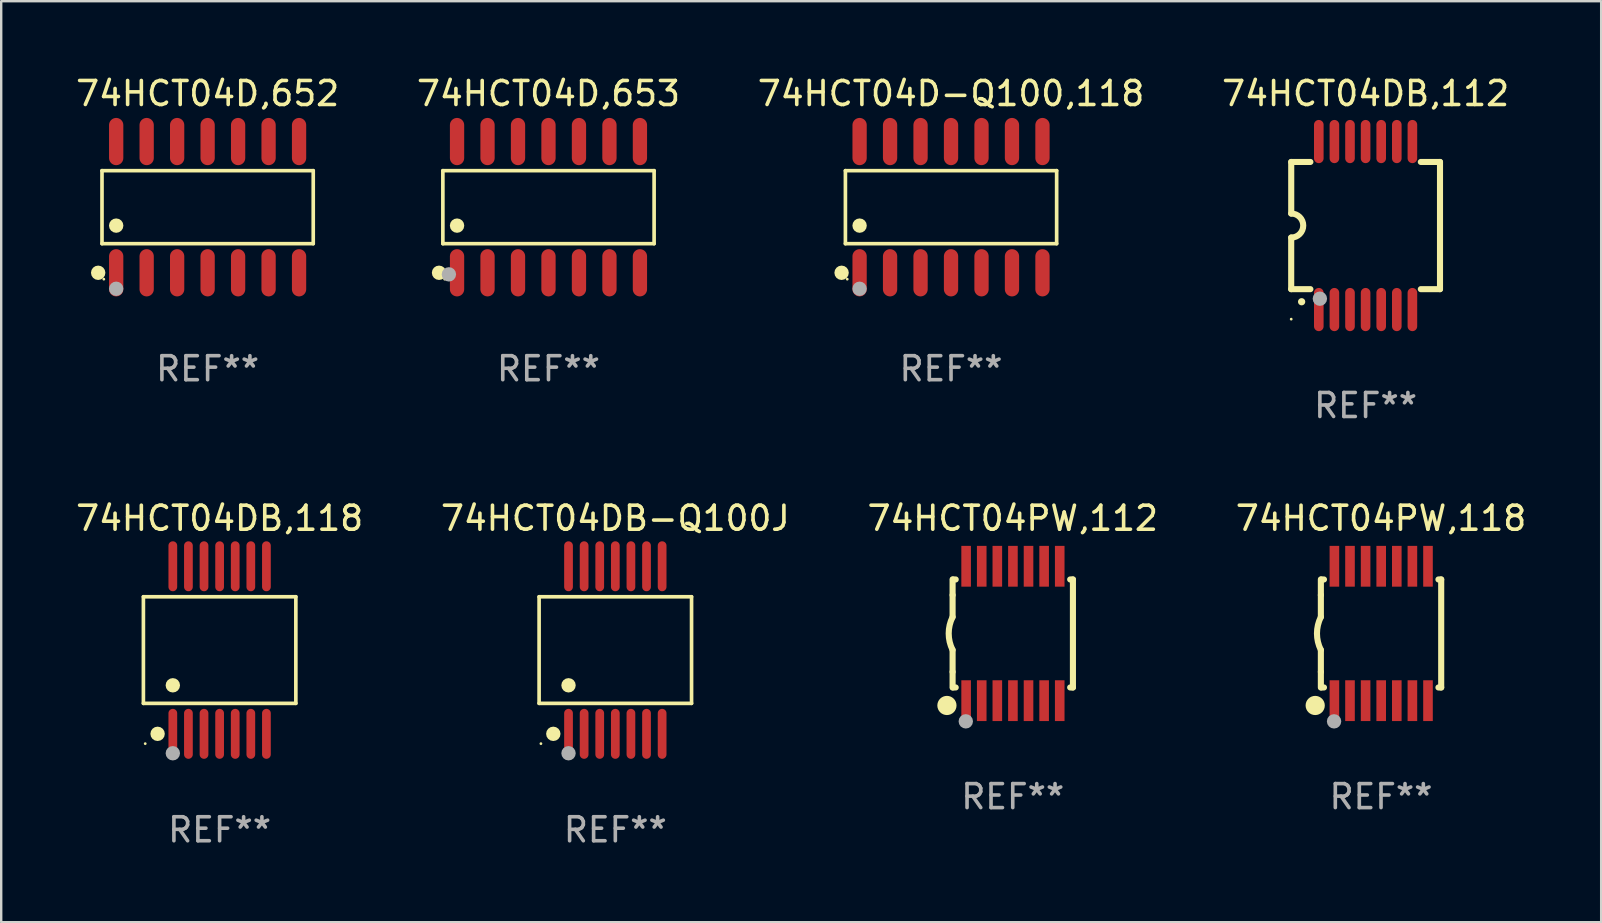
<source format=kicad_pcb>
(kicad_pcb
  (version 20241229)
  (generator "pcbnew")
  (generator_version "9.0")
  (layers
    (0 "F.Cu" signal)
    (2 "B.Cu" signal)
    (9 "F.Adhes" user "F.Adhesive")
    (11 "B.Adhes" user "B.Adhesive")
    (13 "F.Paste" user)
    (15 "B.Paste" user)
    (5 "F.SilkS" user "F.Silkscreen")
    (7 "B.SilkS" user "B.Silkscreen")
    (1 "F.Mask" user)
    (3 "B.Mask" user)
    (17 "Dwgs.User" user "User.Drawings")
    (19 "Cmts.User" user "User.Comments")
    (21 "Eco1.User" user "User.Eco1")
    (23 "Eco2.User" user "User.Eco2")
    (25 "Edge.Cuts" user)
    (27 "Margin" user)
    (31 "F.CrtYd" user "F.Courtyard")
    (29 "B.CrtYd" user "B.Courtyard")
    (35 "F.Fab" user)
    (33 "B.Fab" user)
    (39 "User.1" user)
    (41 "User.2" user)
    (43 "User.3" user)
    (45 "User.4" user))
  (footprint "74HCT04D,653"
    (layer "F.Cu")
    (at 19.804 5.582)
    (property "Reference" "74HCT04D,653" (at 0 -4.734 0) (layer "F.SilkS") (effects (font (size 1 1) (thickness 0.15))))
    (attr through_hole)
    (fp_line (start -4.401 -1.521) (end 4.401 -1.521) (stroke (width 0.152) (type solid)) (layer "F.SilkS"))
    (fp_line (start -4.401 1.521) (end -4.401 -1.521) (stroke (width 0.152) (type solid)) (layer "F.SilkS"))
    (fp_line (start 4.401 -1.521) (end 4.401 1.521) (stroke (width 0.152) (type solid)) (layer "F.SilkS"))
    (fp_line (start 4.401 1.521) (end -4.401 1.521) (stroke (width 0.152) (type solid)) (layer "F.SilkS"))
    (fp_circle (center -4.56 2.734) (end -4.41 2.734) (stroke (width 0.3) (type solid)) (fill no) (layer "F.SilkS"))
    (fp_circle (center -4.325 3) (end -4.295 3) (stroke (width 0.06) (type solid)) (fill no) (layer "F.SilkS"))
    (fp_circle (center -3.81 0.769) (end -3.66 0.769) (stroke (width 0.3) (type solid)) (fill no) (layer "F.SilkS"))
    (fp_circle (center -4.15 2.8) (end -4 2.8) (stroke (width 0.3) (type solid)) (fill no) (layer "F.Fab"))
    (fp_text user "REF**" (at 0 6.734 0) (layer "F.Fab") (effects (font (size 1 1) (thickness 0.15))))
    (pad "1" smd oval (at -3.81 2.734) (size 0.595 1.968) (layers "F.Cu" "F.Mask" "F.Paste"))
    (pad "2" smd oval (at -2.54 2.734) (size 0.595 1.968) (layers "F.Cu" "F.Mask" "F.Paste"))
    (pad "3" smd oval (at -1.27 2.734) (size 0.595 1.968) (layers "F.Cu" "F.Mask" "F.Paste"))
    (pad "4" smd oval (at 0 2.734) (size 0.595 1.968) (layers "F.Cu" "F.Mask" "F.Paste"))
    (pad "5" smd oval (at 1.27 2.734) (size 0.595 1.968) (layers "F.Cu" "F.Mask" "F.Paste"))
    (pad "6" smd oval (at 2.54 2.734) (size 0.595 1.968) (layers "F.Cu" "F.Mask" "F.Paste"))
    (pad "7" smd oval (at 3.81 2.734) (size 0.595 1.968) (layers "F.Cu" "F.Mask" "F.Paste"))
    (pad "8" smd oval (at 3.81 -2.734) (size 0.595 1.968) (layers "F.Cu" "F.Mask" "F.Paste"))
    (pad "9" smd oval (at 2.54 -2.734) (size 0.595 1.968) (layers "F.Cu" "F.Mask" "F.Paste"))
    (pad "10" smd oval (at 1.27 -2.734) (size 0.595 1.968) (layers "F.Cu" "F.Mask" "F.Paste"))
    (pad "11" smd oval (at 0 -2.734) (size 0.595 1.968) (layers "F.Cu" "F.Mask" "F.Paste"))
    (pad "12" smd oval (at -1.27 -2.734) (size 0.595 1.968) (layers "F.Cu" "F.Mask" "F.Paste"))
    (pad "13" smd oval (at -2.54 -2.734) (size 0.595 1.968) (layers "F.Cu" "F.Mask" "F.Paste"))
    (pad "14" smd oval (at -3.81 -2.734) (size 0.595 1.968) (layers "F.Cu" "F.Mask" "F.Paste")))
  (footprint "74HCT04DB-Q100J"
    (layer "F.Cu")
    (at 22.589 24.036)
    (property "Reference" "74HCT04DB-Q100J" (at 0 -5.491 0) (layer "F.SilkS") (effects (font (size 1 1) (thickness 0.15))))
    (attr through_hole)
    (fp_line (start -3.176 -2.221) (end 3.176 -2.221) (stroke (width 0.152) (type solid)) (layer "F.SilkS"))
    (fp_line (start -3.176 2.221) (end -3.176 -2.221) (stroke (width 0.152) (type solid)) (layer "F.SilkS"))
    (fp_line (start 3.176 -2.221) (end 3.176 2.221) (stroke (width 0.152) (type solid)) (layer "F.SilkS"))
    (fp_line (start 3.176 2.221) (end -3.176 2.221) (stroke (width 0.152) (type solid)) (layer "F.SilkS"))
    (fp_circle (center -3.1 3.9) (end -3.07 3.9) (stroke (width 0.06) (type solid)) (fill no) (layer "F.SilkS"))
    (fp_circle (center -2.584 3.491) (end -2.434 3.491) (stroke (width 0.3) (type solid)) (fill no) (layer "F.SilkS"))
    (fp_circle (center -1.95 1.469) (end -1.8 1.469) (stroke (width 0.3) (type solid)) (fill no) (layer "F.SilkS"))
    (fp_circle (center -1.95 4.3) (end -1.8 4.3) (stroke (width 0.3) (type solid)) (fill no) (layer "F.Fab"))
    (fp_text user "REF**" (at 0 7.491 0) (layer "F.Fab") (effects (font (size 1 1) (thickness 0.15))))
    (pad "1" smd oval (at -1.95 3.491) (size 0.364 2.082) (layers "F.Cu" "F.Mask" "F.Paste"))
    (pad "2" smd oval (at -1.3 3.491) (size 0.364 2.082) (layers "F.Cu" "F.Mask" "F.Paste"))
    (pad "3" smd oval (at -0.65 3.491) (size 0.364 2.082) (layers "F.Cu" "F.Mask" "F.Paste"))
    (pad "4" smd oval (at 0 3.491) (size 0.364 2.082) (layers "F.Cu" "F.Mask" "F.Paste"))
    (pad "5" smd oval (at 0.65 3.491) (size 0.364 2.082) (layers "F.Cu" "F.Mask" "F.Paste"))
    (pad "6" smd oval (at 1.3 3.491) (size 0.364 2.082) (layers "F.Cu" "F.Mask" "F.Paste"))
    (pad "7" smd oval (at 1.95 3.491) (size 0.364 2.082) (layers "F.Cu" "F.Mask" "F.Paste"))
    (pad "8" smd oval (at 1.95 -3.491) (size 0.364 2.082) (layers "F.Cu" "F.Mask" "F.Paste"))
    (pad "9" smd oval (at 1.3 -3.491) (size 0.364 2.082) (layers "F.Cu" "F.Mask" "F.Paste"))
    (pad "10" smd oval (at 0.65 -3.491) (size 0.364 2.082) (layers "F.Cu" "F.Mask" "F.Paste"))
    (pad "11" smd oval (at 0 -3.491) (size 0.364 2.082) (layers "F.Cu" "F.Mask" "F.Paste"))
    (pad "12" smd oval (at -0.65 -3.491) (size 0.364 2.082) (layers "F.Cu" "F.Mask" "F.Paste"))
    (pad "13" smd oval (at -1.3 -3.491) (size 0.364 2.082) (layers "F.Cu" "F.Mask" "F.Paste"))
    (pad "14" smd oval (at -1.95 -3.491) (size 0.364 2.082) (layers "F.Cu" "F.Mask" "F.Paste")))
  (footprint "74HCT04D,652"
    (layer "F.Cu")
    (at 5.601 5.582)
    (property "Reference" "74HCT04D,652" (at 0 -4.734 0) (layer "F.SilkS") (effects (font (size 1 1) (thickness 0.15))))
    (attr through_hole)
    (fp_line (start -4.401 -1.521) (end 4.401 -1.521) (stroke (width 0.152) (type solid)) (layer "F.SilkS"))
    (fp_line (start -4.401 1.521) (end -4.401 -1.521) (stroke (width 0.152) (type solid)) (layer "F.SilkS"))
    (fp_line (start 4.401 -1.521) (end 4.401 1.521) (stroke (width 0.152) (type solid)) (layer "F.SilkS"))
    (fp_line (start 4.401 1.521) (end -4.401 1.521) (stroke (width 0.152) (type solid)) (layer "F.SilkS"))
    (fp_circle (center -4.56 2.734) (end -4.41 2.734) (stroke (width 0.3) (type solid)) (fill no) (layer "F.SilkS"))
    (fp_circle (center -4.325 3) (end -4.295 3) (stroke (width 0.06) (type solid)) (fill no) (layer "F.SilkS"))
    (fp_circle (center -3.81 0.769) (end -3.66 0.769) (stroke (width 0.3) (type solid)) (fill no) (layer "F.SilkS"))
    (fp_circle (center -3.81 3.4) (end -3.66 3.4) (stroke (width 0.3) (type solid)) (fill no) (layer "F.Fab"))
    (fp_text user "REF**" (at 0 6.734 0) (layer "F.Fab") (effects (font (size 1 1) (thickness 0.15))))
    (pad "1" smd oval (at -3.81 2.734) (size 0.595 1.968) (layers "F.Cu" "F.Mask" "F.Paste"))
    (pad "2" smd oval (at -2.54 2.734) (size 0.595 1.968) (layers "F.Cu" "F.Mask" "F.Paste"))
    (pad "3" smd oval (at -1.27 2.734) (size 0.595 1.968) (layers "F.Cu" "F.Mask" "F.Paste"))
    (pad "4" smd oval (at 0 2.734) (size 0.595 1.968) (layers "F.Cu" "F.Mask" "F.Paste"))
    (pad "5" smd oval (at 1.27 2.734) (size 0.595 1.968) (layers "F.Cu" "F.Mask" "F.Paste"))
    (pad "6" smd oval (at 2.54 2.734) (size 0.595 1.968) (layers "F.Cu" "F.Mask" "F.Paste"))
    (pad "7" smd oval (at 3.81 2.734) (size 0.595 1.968) (layers "F.Cu" "F.Mask" "F.Paste"))
    (pad "8" smd oval (at 3.81 -2.734) (size 0.595 1.968) (layers "F.Cu" "F.Mask" "F.Paste"))
    (pad "9" smd oval (at 2.54 -2.734) (size 0.595 1.968) (layers "F.Cu" "F.Mask" "F.Paste"))
    (pad "10" smd oval (at 1.27 -2.734) (size 0.595 1.968) (layers "F.Cu" "F.Mask" "F.Paste"))
    (pad "11" smd oval (at 0 -2.734) (size 0.595 1.968) (layers "F.Cu" "F.Mask" "F.Paste"))
    (pad "12" smd oval (at -1.27 -2.734) (size 0.595 1.968) (layers "F.Cu" "F.Mask" "F.Paste"))
    (pad "13" smd oval (at -2.54 -2.734) (size 0.595 1.968) (layers "F.Cu" "F.Mask" "F.Paste"))
    (pad "14" smd oval (at -3.81 -2.734) (size 0.595 1.968) (layers "F.Cu" "F.Mask" "F.Paste")))
  (footprint "74HCT04DB,118"
    (layer "F.Cu")
    (at 6.101 24.036)
    (property "Reference" "74HCT04DB,118" (at 0 -5.491 0) (layer "F.SilkS") (effects (font (size 1 1) (thickness 0.15))))
    (attr through_hole)
    (fp_line (start -3.176 -2.221) (end 3.176 -2.221) (stroke (width 0.152) (type solid)) (layer "F.SilkS"))
    (fp_line (start -3.176 2.221) (end -3.176 -2.221) (stroke (width 0.152) (type solid)) (layer "F.SilkS"))
    (fp_line (start 3.176 -2.221) (end 3.176 2.221) (stroke (width 0.152) (type solid)) (layer "F.SilkS"))
    (fp_line (start 3.176 2.221) (end -3.176 2.221) (stroke (width 0.152) (type solid)) (layer "F.SilkS"))
    (fp_circle (center -3.1 3.9) (end -3.07 3.9) (stroke (width 0.06) (type solid)) (fill no) (layer "F.SilkS"))
    (fp_circle (center -2.584 3.491) (end -2.434 3.491) (stroke (width 0.3) (type solid)) (fill no) (layer "F.SilkS"))
    (fp_circle (center -1.95 1.469) (end -1.8 1.469) (stroke (width 0.3) (type solid)) (fill no) (layer "F.SilkS"))
    (fp_circle (center -1.95 4.3) (end -1.8 4.3) (stroke (width 0.3) (type solid)) (fill no) (layer "F.Fab"))
    (fp_text user "REF**" (at 0 7.491 0) (layer "F.Fab") (effects (font (size 1 1) (thickness 0.15))))
    (pad "1" smd oval (at -1.95 3.491) (size 0.364 2.082) (layers "F.Cu" "F.Mask" "F.Paste"))
    (pad "2" smd oval (at -1.3 3.491) (size 0.364 2.082) (layers "F.Cu" "F.Mask" "F.Paste"))
    (pad "3" smd oval (at -0.65 3.491) (size 0.364 2.082) (layers "F.Cu" "F.Mask" "F.Paste"))
    (pad "4" smd oval (at 0 3.491) (size 0.364 2.082) (layers "F.Cu" "F.Mask" "F.Paste"))
    (pad "5" smd oval (at 0.65 3.491) (size 0.364 2.082) (layers "F.Cu" "F.Mask" "F.Paste"))
    (pad "6" smd oval (at 1.3 3.491) (size 0.364 2.082) (layers "F.Cu" "F.Mask" "F.Paste"))
    (pad "7" smd oval (at 1.95 3.491) (size 0.364 2.082) (layers "F.Cu" "F.Mask" "F.Paste"))
    (pad "8" smd oval (at 1.95 -3.491) (size 0.364 2.082) (layers "F.Cu" "F.Mask" "F.Paste"))
    (pad "9" smd oval (at 1.3 -3.491) (size 0.364 2.082) (layers "F.Cu" "F.Mask" "F.Paste"))
    (pad "10" smd oval (at 0.65 -3.491) (size 0.364 2.082) (layers "F.Cu" "F.Mask" "F.Paste"))
    (pad "11" smd oval (at 0 -3.491) (size 0.364 2.082) (layers "F.Cu" "F.Mask" "F.Paste"))
    (pad "12" smd oval (at -0.65 -3.491) (size 0.364 2.082) (layers "F.Cu" "F.Mask" "F.Paste"))
    (pad "13" smd oval (at -1.3 -3.491) (size 0.364 2.082) (layers "F.Cu" "F.Mask" "F.Paste"))
    (pad "14" smd oval (at -1.95 -3.491) (size 0.364 2.082) (layers "F.Cu" "F.Mask" "F.Paste")))
  (footprint "74HCT04PW,118"
    (layer "F.Cu")
    (at 54.494 23.345)
    (property "Reference" "74HCT04PW,118" (at 0 -4.8 0) (layer "F.SilkS") (effects (font (size 1 1) (thickness 0.15))))
    (attr through_hole)
    (fp_line (start -2.507 -1.6) (end -2.507 -2.25) (stroke (width 0.254) (type solid)) (layer "F.SilkS"))
    (fp_line (start -2.507 -0.686) (end -2.507 -1.6) (stroke (width 0.254) (type solid)) (layer "F.SilkS"))
    (fp_line (start -2.507 1.6) (end -2.507 0.686) (stroke (width 0.254) (type solid)) (layer "F.SilkS"))
    (fp_line (start -2.507 1.6) (end -2.507 2.25) (stroke (width 0.254) (type solid)) (layer "F.SilkS"))
    (fp_line (start -2.493 -2.25) (end -2.377 -2.25) (stroke (width 0.254) (type solid)) (layer "F.SilkS"))
    (fp_line (start -2.377 2.25) (end -2.493 2.25) (stroke (width 0.254) (type solid)) (layer "F.SilkS"))
    (fp_line (start 2.392 -2.25) (end 2.507 -2.25) (stroke (width 0.254) (type solid)) (layer "F.SilkS"))
    (fp_line (start 2.507 -2.25) (end 2.507 2.25) (stroke (width 0.254) (type solid)) (layer "F.SilkS"))
    (fp_line (start 2.507 2.25) (end 2.392 2.25) (stroke (width 0.254) (type solid)) (layer "F.SilkS"))
    (fp_arc (start -2.507303 0.685802) (mid -2.669199 0) (end -2.507303 -0.685801) (stroke (width 0.254001) (type solid)) (layer "F.SilkS"))
    (fp_circle (center -2.743 3) (end -2.543 3) (stroke (width 0.4) (type solid)) (fill no) (layer "F.SilkS"))
    (fp_circle (center -2.493 3.2) (end -2.463 3.2) (stroke (width 0.06) (type solid)) (fill no) (layer "F.SilkS"))
    (fp_circle (center -1.957 3.662) (end -1.807 3.662) (stroke (width 0.3) (type solid)) (fill no) (layer "F.Fab"))
    (fp_text user "REF**" (at 0 6.8 0) (layer "F.Fab") (effects (font (size 1 1) (thickness 0.15))))
    (pad "1" smd rect (at -1.943 2.8) (size 0.4 1.7) (layers "F.Cu" "F.Mask" "F.Paste"))
    (pad "2" smd rect (at -1.293 2.8) (size 0.4 1.7) (layers "F.Cu" "F.Mask" "F.Paste"))
    (pad "3" smd rect (at -0.643 2.8) (size 0.4 1.7) (layers "F.Cu" "F.Mask" "F.Paste"))
    (pad "4" smd rect (at 0.007 2.8) (size 0.4 1.7) (layers "F.Cu" "F.Mask" "F.Paste"))
    (pad "5" smd rect (at 0.657 2.8) (size 0.4 1.7) (layers "F.Cu" "F.Mask" "F.Paste"))
    (pad "6" smd rect (at 1.307 2.8) (size 0.4 1.7) (layers "F.Cu" "F.Mask" "F.Paste"))
    (pad "7" smd rect (at 1.957 2.8) (size 0.4 1.7) (layers "F.Cu" "F.Mask" "F.Paste"))
    (pad "8" smd rect (at 1.957 -2.8) (size 0.4 1.7) (layers "F.Cu" "F.Mask" "F.Paste"))
    (pad "9" smd rect (at 1.307 -2.8) (size 0.4 1.7) (layers "F.Cu" "F.Mask" "F.Paste"))
    (pad "10" smd rect (at 0.657 -2.8) (size 0.4 1.7) (layers "F.Cu" "F.Mask" "F.Paste"))
    (pad "11" smd rect (at 0.007 -2.8) (size 0.4 1.7) (layers "F.Cu" "F.Mask" "F.Paste"))
    (pad "12" smd rect (at -0.643 -2.8) (size 0.4 1.7) (layers "F.Cu" "F.Mask" "F.Paste"))
    (pad "13" smd rect (at -1.293 -2.8) (size 0.4 1.7) (layers "F.Cu" "F.Mask" "F.Paste"))
    (pad "14" smd rect (at -1.943 -2.8) (size 0.4 1.7) (layers "F.Cu" "F.Mask" "F.Paste")))
  (footprint "74HCT04D-Q100,118"
    (layer "F.Cu")
    (at 36.577 5.582)
    (property "Reference" "74HCT04D-Q100,118" (at 0 -4.734 0) (layer "F.SilkS") (effects (font (size 1 1) (thickness 0.15))))
    (attr through_hole)
    (fp_line (start -4.401 -1.521) (end 4.401 -1.521) (stroke (width 0.152) (type solid)) (layer "F.SilkS"))
    (fp_line (start -4.401 1.521) (end -4.401 -1.521) (stroke (width 0.152) (type solid)) (layer "F.SilkS"))
    (fp_line (start 4.401 -1.521) (end 4.401 1.521) (stroke (width 0.152) (type solid)) (layer "F.SilkS"))
    (fp_line (start 4.401 1.521) (end -4.401 1.521) (stroke (width 0.152) (type solid)) (layer "F.SilkS"))
    (fp_circle (center -4.56 2.734) (end -4.41 2.734) (stroke (width 0.3) (type solid)) (fill no) (layer "F.SilkS"))
    (fp_circle (center -4.325 3) (end -4.295 3) (stroke (width 0.06) (type solid)) (fill no) (layer "F.SilkS"))
    (fp_circle (center -3.81 0.769) (end -3.66 0.769) (stroke (width 0.3) (type solid)) (fill no) (layer "F.SilkS"))
    (fp_circle (center -3.81 3.4) (end -3.66 3.4) (stroke (width 0.3) (type solid)) (fill no) (layer "F.Fab"))
    (fp_text user "REF**" (at 0 6.734 0) (layer "F.Fab") (effects (font (size 1 1) (thickness 0.15))))
    (pad "1" smd oval (at -3.81 2.734) (size 0.595 1.968) (layers "F.Cu" "F.Mask" "F.Paste"))
    (pad "2" smd oval (at -2.54 2.734) (size 0.595 1.968) (layers "F.Cu" "F.Mask" "F.Paste"))
    (pad "3" smd oval (at -1.27 2.734) (size 0.595 1.968) (layers "F.Cu" "F.Mask" "F.Paste"))
    (pad "4" smd oval (at 0 2.734) (size 0.595 1.968) (layers "F.Cu" "F.Mask" "F.Paste"))
    (pad "5" smd oval (at 1.27 2.734) (size 0.595 1.968) (layers "F.Cu" "F.Mask" "F.Paste"))
    (pad "6" smd oval (at 2.54 2.734) (size 0.595 1.968) (layers "F.Cu" "F.Mask" "F.Paste"))
    (pad "7" smd oval (at 3.81 2.734) (size 0.595 1.968) (layers "F.Cu" "F.Mask" "F.Paste"))
    (pad "8" smd oval (at 3.81 -2.734) (size 0.595 1.968) (layers "F.Cu" "F.Mask" "F.Paste"))
    (pad "9" smd oval (at 2.54 -2.734) (size 0.595 1.968) (layers "F.Cu" "F.Mask" "F.Paste"))
    (pad "10" smd oval (at 1.27 -2.734) (size 0.595 1.968) (layers "F.Cu" "F.Mask" "F.Paste"))
    (pad "11" smd oval (at 0 -2.734) (size 0.595 1.968) (layers "F.Cu" "F.Mask" "F.Paste"))
    (pad "12" smd oval (at -1.27 -2.734) (size 0.595 1.968) (layers "F.Cu" "F.Mask" "F.Paste"))
    (pad "13" smd oval (at -2.54 -2.734) (size 0.595 1.968) (layers "F.Cu" "F.Mask" "F.Paste"))
    (pad "14" smd oval (at -3.81 -2.734) (size 0.595 1.968) (layers "F.Cu" "F.Mask" "F.Paste")))
  (footprint "74HCT04PW,112"
    (layer "F.Cu")
    (at 39.149 23.345)
    (property "Reference" "74HCT04PW,112" (at 0 -4.8 0) (layer "F.SilkS") (effects (font (size 1 1) (thickness 0.15))))
    (attr through_hole)
    (fp_line (start -2.507 -1.6) (end -2.507 -2.25) (stroke (width 0.254) (type solid)) (layer "F.SilkS"))
    (fp_line (start -2.507 -0.686) (end -2.507 -1.6) (stroke (width 0.254) (type solid)) (layer "F.SilkS"))
    (fp_line (start -2.507 1.6) (end -2.507 0.686) (stroke (width 0.254) (type solid)) (layer "F.SilkS"))
    (fp_line (start -2.507 1.6) (end -2.507 2.25) (stroke (width 0.254) (type solid)) (layer "F.SilkS"))
    (fp_line (start -2.493 -2.25) (end -2.377 -2.25) (stroke (width 0.254) (type solid)) (layer "F.SilkS"))
    (fp_line (start -2.377 2.25) (end -2.493 2.25) (stroke (width 0.254) (type solid)) (layer "F.SilkS"))
    (fp_line (start 2.392 -2.25) (end 2.507 -2.25) (stroke (width 0.254) (type solid)) (layer "F.SilkS"))
    (fp_line (start 2.507 -2.25) (end 2.507 2.25) (stroke (width 0.254) (type solid)) (layer "F.SilkS"))
    (fp_line (start 2.507 2.25) (end 2.392 2.25) (stroke (width 0.254) (type solid)) (layer "F.SilkS"))
    (fp_arc (start -2.507303 0.685802) (mid -2.669199 0) (end -2.507303 -0.685801) (stroke (width 0.254001) (type solid)) (layer "F.SilkS"))
    (fp_circle (center -2.743 3) (end -2.543 3) (stroke (width 0.4) (type solid)) (fill no) (layer "F.SilkS"))
    (fp_circle (center -2.493 3.2) (end -2.463 3.2) (stroke (width 0.06) (type solid)) (fill no) (layer "F.SilkS"))
    (fp_circle (center -1.957 3.662) (end -1.807 3.662) (stroke (width 0.3) (type solid)) (fill no) (layer "F.Fab"))
    (fp_text user "REF**" (at 0 6.8 0) (layer "F.Fab") (effects (font (size 1 1) (thickness 0.15))))
    (pad "1" smd rect (at -1.943 2.8) (size 0.4 1.7) (layers "F.Cu" "F.Mask" "F.Paste"))
    (pad "2" smd rect (at -1.293 2.8) (size 0.4 1.7) (layers "F.Cu" "F.Mask" "F.Paste"))
    (pad "3" smd rect (at -0.643 2.8) (size 0.4 1.7) (layers "F.Cu" "F.Mask" "F.Paste"))
    (pad "4" smd rect (at 0.007 2.8) (size 0.4 1.7) (layers "F.Cu" "F.Mask" "F.Paste"))
    (pad "5" smd rect (at 0.657 2.8) (size 0.4 1.7) (layers "F.Cu" "F.Mask" "F.Paste"))
    (pad "6" smd rect (at 1.307 2.8) (size 0.4 1.7) (layers "F.Cu" "F.Mask" "F.Paste"))
    (pad "7" smd rect (at 1.957 2.8) (size 0.4 1.7) (layers "F.Cu" "F.Mask" "F.Paste"))
    (pad "8" smd rect (at 1.957 -2.8) (size 0.4 1.7) (layers "F.Cu" "F.Mask" "F.Paste"))
    (pad "9" smd rect (at 1.307 -2.8) (size 0.4 1.7) (layers "F.Cu" "F.Mask" "F.Paste"))
    (pad "10" smd rect (at 0.657 -2.8) (size 0.4 1.7) (layers "F.Cu" "F.Mask" "F.Paste"))
    (pad "11" smd rect (at 0.007 -2.8) (size 0.4 1.7) (layers "F.Cu" "F.Mask" "F.Paste"))
    (pad "12" smd rect (at -0.643 -2.8) (size 0.4 1.7) (layers "F.Cu" "F.Mask" "F.Paste"))
    (pad "13" smd rect (at -1.293 -2.8) (size 0.4 1.7) (layers "F.Cu" "F.Mask" "F.Paste"))
    (pad "14" smd rect (at -1.943 -2.8) (size 0.4 1.7) (layers "F.Cu" "F.Mask" "F.Paste")))
  (footprint "74HCT04DB,112"
    (layer "F.Cu")
    (at 53.851 6.348)
    (property "Reference" "74HCT04DB,112" (at 0 -5.5 0) (layer "F.SilkS") (effects (font (size 1 1) (thickness 0.15))))
    (attr through_hole)
    (fp_line (start -3.1 2.65) (end -3.1 0.5) (stroke (width 0.254) (type solid)) (layer "F.SilkS"))
    (fp_line (start -3.099 -2.65) (end -2.301 -2.65) (stroke (width 0.254) (type solid)) (layer "F.SilkS"))
    (fp_line (start -3.099 -0.5) (end -3.099 -2.65) (stroke (width 0.254) (type solid)) (layer "F.SilkS"))
    (fp_line (start -2.301 2.65) (end -3.1 2.65) (stroke (width 0.254) (type solid)) (layer "F.SilkS"))
    (fp_line (start 2.301 -2.65) (end 3.1 -2.65) (stroke (width 0.254) (type solid)) (layer "F.SilkS"))
    (fp_line (start 3.1 -2.65) (end 3.1 2.65) (stroke (width 0.254) (type solid)) (layer "F.SilkS"))
    (fp_line (start 3.1 2.65) (end 2.301 2.65) (stroke (width 0.254) (type solid)) (layer "F.SilkS"))
    (fp_arc (start -3.098806 -0.500381) (mid -2.598806 0) (end -3.098806 0.500381) (stroke (width 0.254001) (type solid)) (layer "F.SilkS"))
    (fp_arc (start -2.667005 3.175006) (mid -2.665735 3.175001) (end -2.664465 3.175006) (stroke (width 0.3) (type solid)) (layer "F.SilkS"))
    (fp_circle (center -3.1 3.9) (end -3.07 3.9) (stroke (width 0.06) (type solid)) (fill no) (layer "F.SilkS"))
    (fp_circle (center -1.905 3.048) (end -1.755 3.048) (stroke (width 0.3) (type solid)) (fill no) (layer "F.Fab"))
    (fp_text user "REF**" (at 0 7.5 0) (layer "F.Fab") (effects (font (size 1 1) (thickness 0.15))))
    (pad "1" smd oval (at -1.95 3.5 270) (size 1.8 0.4) (layers "F.Cu" "F.Mask" "F.Paste"))
    (pad "2" smd oval (at -1.3 3.5 270) (size 1.8 0.4) (layers "F.Cu" "F.Mask" "F.Paste"))
    (pad "3" smd oval (at -0.65 3.5 270) (size 1.8 0.4) (layers "F.Cu" "F.Mask" "F.Paste"))
    (pad "4" smd oval (at 0 3.5 270) (size 1.8 0.4) (layers "F.Cu" "F.Mask" "F.Paste"))
    (pad "5" smd oval (at 0.65 3.5 270) (size 1.8 0.4) (layers "F.Cu" "F.Mask" "F.Paste"))
    (pad "6" smd oval (at 1.3 3.5 270) (size 1.8 0.4) (layers "F.Cu" "F.Mask" "F.Paste"))
    (pad "7" smd oval (at 1.95 3.5 270) (size 1.8 0.4) (layers "F.Cu" "F.Mask" "F.Paste"))
    (pad "8" smd oval (at 1.95 -3.5 90) (size 1.8 0.4) (layers "F.Cu" "F.Mask" "F.Paste"))
    (pad "9" smd oval (at 1.3 -3.5 90) (size 1.8 0.4) (layers "F.Cu" "F.Mask" "F.Paste"))
    (pad "10" smd oval (at 0.65 -3.5 90) (size 1.8 0.4) (layers "F.Cu" "F.Mask" "F.Paste"))
    (pad "11" smd oval (at 0 -3.5 90) (size 1.8 0.4) (layers "F.Cu" "F.Mask" "F.Paste"))
    (pad "12" smd oval (at -0.65 -3.5 90) (size 1.8 0.4) (layers "F.Cu" "F.Mask" "F.Paste"))
    (pad "13" smd oval (at -1.3 -3.5 90) (size 1.8 0.4) (layers "F.Cu" "F.Mask" "F.Paste"))
    (pad "14" smd oval (at -1.95 -3.5 90) (size 1.8 0.4) (layers "F.Cu" "F.Mask" "F.Paste")))
  (gr_rect
    (start -3 -3)
    (end 63.667 35.375)
    (stroke (width 0.1) (type default))
    (fill no)
    (layer "Edge.Cuts")))
</source>
